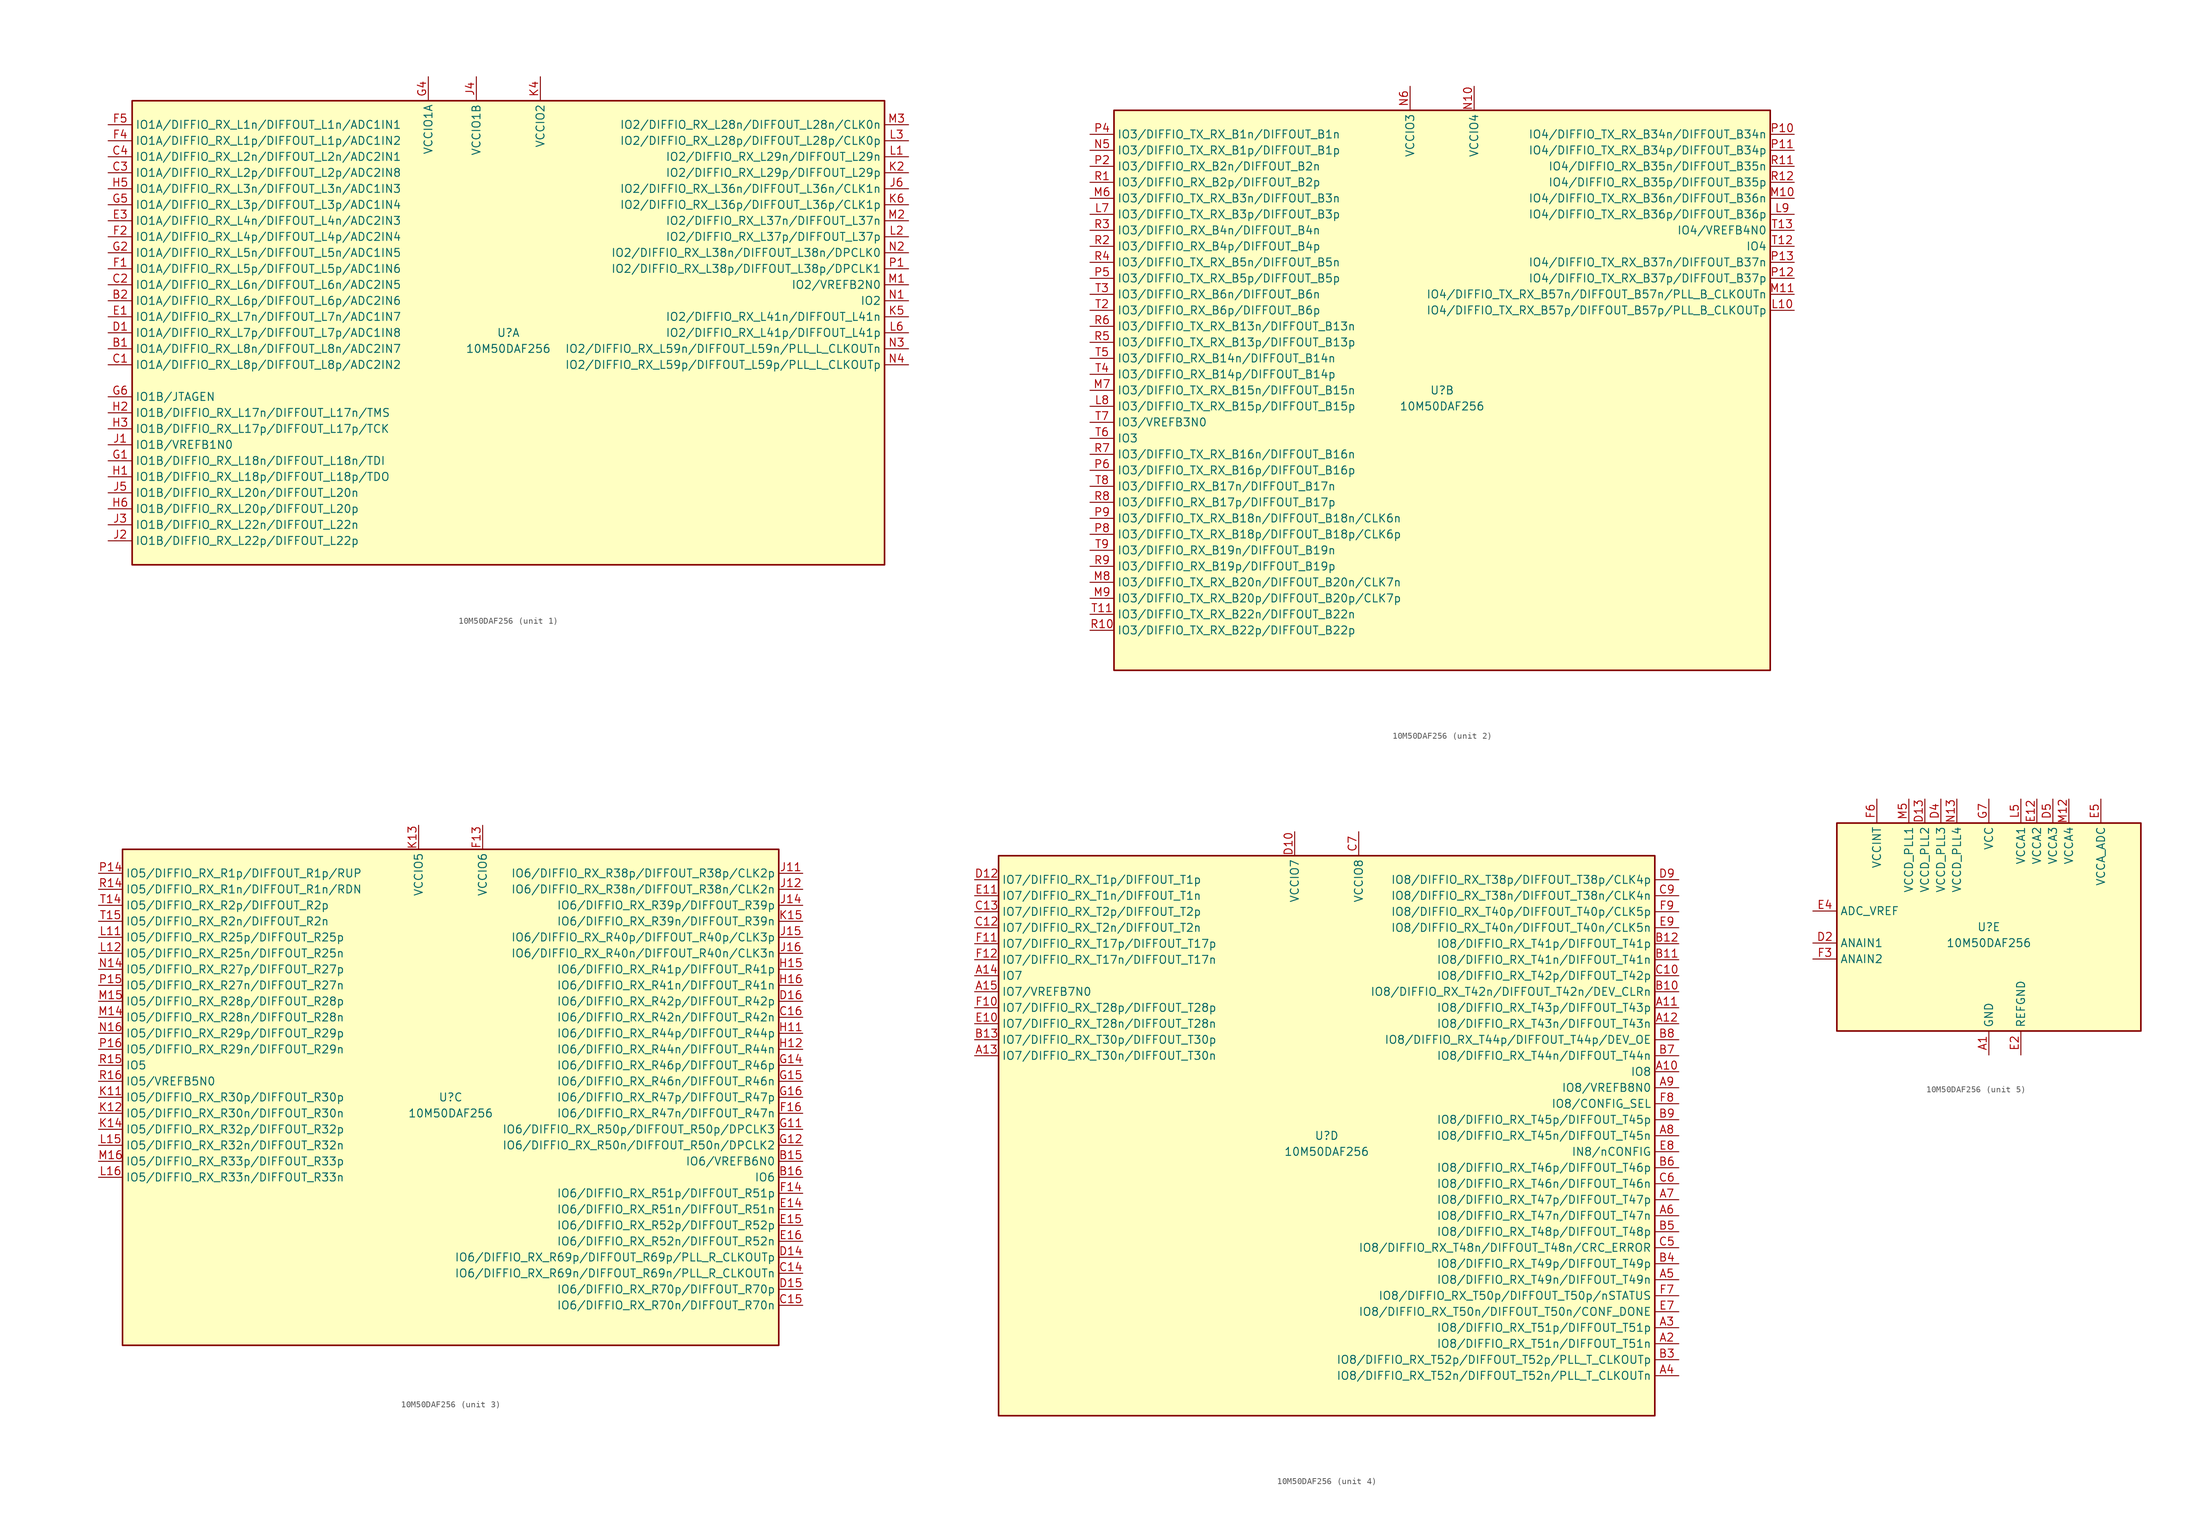
<source format=kicad_sym>
(kicad_symbol_lib
  (version 20220914)
  (generator kicad_symbol_editor)
  (symbol "10M50DAF256"
    (property "Reference" "U"
      (at 0 0 0)
      (effects (font (size 1.27 1.27))))
    (property "Value" "10M50DAF256"
      (at 0 -2.54 0)
      (effects (font (size 1.27 1.27))))
    (property "ki_locked" ""
      (at 0 0 0)
      (effects (font (size 1.27 1.27))))
    (symbol "10M50DAF256_1_1"
      (rectangle (start -59.69 36.83) (end 59.69 -36.83) (stroke (width 0.254) (type default)) (fill (type background)))
      (pin bidirectional line (at -63.5 -2.54 0) (length 3.81) (name "IO1A/DIFFIO_RX_L8n/DIFFOUT_L8n/ADC2IN7" (effects (font (size 1.27 1.27)))) (number "B1" (effects (font (size 1.27 1.27)))))
      (pin bidirectional line (at -63.5 5.08 0) (length 3.81) (name "IO1A/DIFFIO_RX_L6p/DIFFOUT_L6p/ADC2IN6" (effects (font (size 1.27 1.27)))) (number "B2" (effects (font (size 1.27 1.27)))))
      (pin bidirectional line (at -63.5 -5.08 0) (length 3.81) (name "IO1A/DIFFIO_RX_L8p/DIFFOUT_L8p/ADC2IN2" (effects (font (size 1.27 1.27)))) (number "C1" (effects (font (size 1.27 1.27)))))
      (pin bidirectional line (at -63.5 7.62 0) (length 3.81) (name "IO1A/DIFFIO_RX_L6n/DIFFOUT_L6n/ADC2IN5" (effects (font (size 1.27 1.27)))) (number "C2" (effects (font (size 1.27 1.27)))))
      (pin bidirectional line (at -63.5 25.4 0) (length 3.81) (name "IO1A/DIFFIO_RX_L2p/DIFFOUT_L2p/ADC2IN8" (effects (font (size 1.27 1.27)))) (number "C3" (effects (font (size 1.27 1.27)))))
      (pin bidirectional line (at -63.5 27.94 0) (length 3.81) (name "IO1A/DIFFIO_RX_L2n/DIFFOUT_L2n/ADC2IN1" (effects (font (size 1.27 1.27)))) (number "C4" (effects (font (size 1.27 1.27)))))
      (pin bidirectional line (at -63.5 0 0) (length 3.81) (name "IO1A/DIFFIO_RX_L7p/DIFFOUT_L7p/ADC1IN8" (effects (font (size 1.27 1.27)))) (number "D1" (effects (font (size 1.27 1.27)))))
      (pin bidirectional line (at -63.5 2.54 0) (length 3.81) (name "IO1A/DIFFIO_RX_L7n/DIFFOUT_L7n/ADC1IN7" (effects (font (size 1.27 1.27)))) (number "E1" (effects (font (size 1.27 1.27)))))
      (pin bidirectional line (at -63.5 17.78 0) (length 3.81) (name "IO1A/DIFFIO_RX_L4n/DIFFOUT_L4n/ADC2IN3" (effects (font (size 1.27 1.27)))) (number "E3" (effects (font (size 1.27 1.27)))))
      (pin bidirectional line (at -63.5 10.16 0) (length 3.81) (name "IO1A/DIFFIO_RX_L5p/DIFFOUT_L5p/ADC1IN6" (effects (font (size 1.27 1.27)))) (number "F1" (effects (font (size 1.27 1.27)))))
      (pin bidirectional line (at -63.5 15.24 0) (length 3.81) (name "IO1A/DIFFIO_RX_L4p/DIFFOUT_L4p/ADC2IN4" (effects (font (size 1.27 1.27)))) (number "F2" (effects (font (size 1.27 1.27)))))
      (pin bidirectional line (at -63.5 30.48 0) (length 3.81) (name "IO1A/DIFFIO_RX_L1p/DIFFOUT_L1p/ADC1IN2" (effects (font (size 1.27 1.27)))) (number "F4" (effects (font (size 1.27 1.27)))))
      (pin bidirectional line (at -63.5 33.02 0) (length 3.81) (name "IO1A/DIFFIO_RX_L1n/DIFFOUT_L1n/ADC1IN1" (effects (font (size 1.27 1.27)))) (number "F5" (effects (font (size 1.27 1.27)))))
      (pin bidirectional line (at -63.5 -20.32 0) (length 3.81) (name "IO1B/DIFFIO_RX_L18n/DIFFOUT_L18n/TDI" (effects (font (size 1.27 1.27)))) (number "G1" (effects (font (size 1.27 1.27)))))
      (pin bidirectional line (at -63.5 12.7 0) (length 3.81) (name "IO1A/DIFFIO_RX_L5n/DIFFOUT_L5n/ADC1IN5" (effects (font (size 1.27 1.27)))) (number "G2" (effects (font (size 1.27 1.27)))))
      (pin power_in line (at -12.7 40.64 270) (length 3.81) (name "VCCIO1A" (effects (font (size 1.27 1.27)))) (number "G4" (effects (font (size 1.27 1.27)))))
      (pin bidirectional line (at -63.5 20.32 0) (length 3.81) (name "IO1A/DIFFIO_RX_L3p/DIFFOUT_L3p/ADC1IN4" (effects (font (size 1.27 1.27)))) (number "G5" (effects (font (size 1.27 1.27)))))
      (pin bidirectional line (at -63.5 -10.16 0) (length 3.81) (name "IO1B/JTAGEN" (effects (font (size 1.27 1.27)))) (number "G6" (effects (font (size 1.27 1.27)))))
      (pin bidirectional line (at -63.5 -22.86 0) (length 3.81) (name "IO1B/DIFFIO_RX_L18p/DIFFOUT_L18p/TDO" (effects (font (size 1.27 1.27)))) (number "H1" (effects (font (size 1.27 1.27)))))
      (pin bidirectional line (at -63.5 -12.7 0) (length 3.81) (name "IO1B/DIFFIO_RX_L17n/DIFFOUT_L17n/TMS" (effects (font (size 1.27 1.27)))) (number "H2" (effects (font (size 1.27 1.27)))))
      (pin bidirectional line (at -63.5 -15.24 0) (length 3.81) (name "IO1B/DIFFIO_RX_L17p/DIFFOUT_L17p/TCK" (effects (font (size 1.27 1.27)))) (number "H3" (effects (font (size 1.27 1.27)))))
      (pin passive line (at -12.7 40.64 270) (length 3.81) hide (name "VCCIO1A" (effects (font (size 1.27 1.27)))) (number "H4" (effects (font (size 1.27 1.27)))))
      (pin bidirectional line (at -63.5 22.86 0) (length 3.81) (name "IO1A/DIFFIO_RX_L3n/DIFFOUT_L3n/ADC1IN3" (effects (font (size 1.27 1.27)))) (number "H5" (effects (font (size 1.27 1.27)))))
      (pin bidirectional line (at -63.5 -27.94 0) (length 3.81) (name "IO1B/DIFFIO_RX_L20p/DIFFOUT_L20p" (effects (font (size 1.27 1.27)))) (number "H6" (effects (font (size 1.27 1.27)))))
      (pin bidirectional line (at -63.5 -17.78 0) (length 3.81) (name "IO1B/VREFB1N0" (effects (font (size 1.27 1.27)))) (number "J1" (effects (font (size 1.27 1.27)))))
      (pin bidirectional line (at -63.5 -33.02 0) (length 3.81) (name "IO1B/DIFFIO_RX_L22p/DIFFOUT_L22p" (effects (font (size 1.27 1.27)))) (number "J2" (effects (font (size 1.27 1.27)))))
      (pin bidirectional line (at -63.5 -30.48 0) (length 3.81) (name "IO1B/DIFFIO_RX_L22n/DIFFOUT_L22n" (effects (font (size 1.27 1.27)))) (number "J3" (effects (font (size 1.27 1.27)))))
      (pin power_in line (at -5.08 40.64 270) (length 3.81) (name "VCCIO1B" (effects (font (size 1.27 1.27)))) (number "J4" (effects (font (size 1.27 1.27)))))
      (pin bidirectional line (at -63.5 -25.4 0) (length 3.81) (name "IO1B/DIFFIO_RX_L20n/DIFFOUT_L20n" (effects (font (size 1.27 1.27)))) (number "J5" (effects (font (size 1.27 1.27)))))
      (pin bidirectional line (at 63.5 22.86 180) (length 3.81) (name "IO2/DIFFIO_RX_L36n/DIFFOUT_L36n/CLK1n" (effects (font (size 1.27 1.27)))) (number "J6" (effects (font (size 1.27 1.27)))))
      (pin bidirectional line (at 63.5 25.4 180) (length 3.81) (name "IO2/DIFFIO_RX_L29p/DIFFOUT_L29p" (effects (font (size 1.27 1.27)))) (number "K2" (effects (font (size 1.27 1.27)))))
      (pin power_in line (at 5.08 40.64 270) (length 3.81) (name "VCCIO2" (effects (font (size 1.27 1.27)))) (number "K4" (effects (font (size 1.27 1.27)))))
      (pin bidirectional line (at 63.5 2.54 180) (length 3.81) (name "IO2/DIFFIO_RX_L41n/DIFFOUT_L41n" (effects (font (size 1.27 1.27)))) (number "K5" (effects (font (size 1.27 1.27)))))
      (pin bidirectional line (at 63.5 20.32 180) (length 3.81) (name "IO2/DIFFIO_RX_L36p/DIFFOUT_L36p/CLK1p" (effects (font (size 1.27 1.27)))) (number "K6" (effects (font (size 1.27 1.27)))))
      (pin bidirectional line (at 63.5 27.94 180) (length 3.81) (name "IO2/DIFFIO_RX_L29n/DIFFOUT_L29n" (effects (font (size 1.27 1.27)))) (number "L1" (effects (font (size 1.27 1.27)))))
      (pin bidirectional line (at 63.5 15.24 180) (length 3.81) (name "IO2/DIFFIO_RX_L37p/DIFFOUT_L37p" (effects (font (size 1.27 1.27)))) (number "L2" (effects (font (size 1.27 1.27)))))
      (pin bidirectional line (at 63.5 30.48 180) (length 3.81) (name "IO2/DIFFIO_RX_L28p/DIFFOUT_L28p/CLK0p" (effects (font (size 1.27 1.27)))) (number "L3" (effects (font (size 1.27 1.27)))))
      (pin passive line (at 5.08 40.64 270) (length 3.81) hide (name "VCCIO2" (effects (font (size 1.27 1.27)))) (number "L4" (effects (font (size 1.27 1.27)))))
      (pin bidirectional line (at 63.5 0 180) (length 3.81) (name "IO2/DIFFIO_RX_L41p/DIFFOUT_L41p" (effects (font (size 1.27 1.27)))) (number "L6" (effects (font (size 1.27 1.27)))))
      (pin bidirectional line (at 63.5 7.62 180) (length 3.81) (name "IO2/VREFB2N0" (effects (font (size 1.27 1.27)))) (number "M1" (effects (font (size 1.27 1.27)))))
      (pin bidirectional line (at 63.5 17.78 180) (length 3.81) (name "IO2/DIFFIO_RX_L37n/DIFFOUT_L37n" (effects (font (size 1.27 1.27)))) (number "M2" (effects (font (size 1.27 1.27)))))
      (pin bidirectional line (at 63.5 33.02 180) (length 3.81) (name "IO2/DIFFIO_RX_L28n/DIFFOUT_L28n/CLK0n" (effects (font (size 1.27 1.27)))) (number "M3" (effects (font (size 1.27 1.27)))))
      (pin bidirectional line (at 63.5 5.08 180) (length 3.81) (name "IO2" (effects (font (size 1.27 1.27)))) (number "N1" (effects (font (size 1.27 1.27)))))
      (pin bidirectional line (at 63.5 12.7 180) (length 3.81) (name "IO2/DIFFIO_RX_L38n/DIFFOUT_L38n/DPCLK0" (effects (font (size 1.27 1.27)))) (number "N2" (effects (font (size 1.27 1.27)))))
      (pin bidirectional line (at 63.5 -2.54 180) (length 3.81) (name "IO2/DIFFIO_RX_L59n/DIFFOUT_L59n/PLL_L_CLKOUTn" (effects (font (size 1.27 1.27)))) (number "N3" (effects (font (size 1.27 1.27)))))
      (pin bidirectional line (at 63.5 -5.08 180) (length 3.81) (name "IO2/DIFFIO_RX_L59p/DIFFOUT_L59p/PLL_L_CLKOUTp" (effects (font (size 1.27 1.27)))) (number "N4" (effects (font (size 1.27 1.27)))))
      (pin bidirectional line (at 63.5 10.16 180) (length 3.81) (name "IO2/DIFFIO_RX_L38p/DIFFOUT_L38p/DPCLK1" (effects (font (size 1.27 1.27)))) (number "P1" (effects (font (size 1.27 1.27))))))
    (symbol "10M50DAF256_2_1"
      (rectangle (start -52.07 44.45) (end 52.07 -44.45) (stroke (width 0.254) (type default)) (fill (type background)))
      (pin bidirectional line (at 55.88 12.7 180) (length 3.81) (name "IO4/DIFFIO_TX_RX_B57p/DIFFOUT_B57p/PLL_B_CLKOUTp" (effects (font (size 1.27 1.27)))) (number "L10" (effects (font (size 1.27 1.27)))))
      (pin bidirectional line (at -55.88 27.94 0) (length 3.81) (name "IO3/DIFFIO_TX_RX_B3p/DIFFOUT_B3p" (effects (font (size 1.27 1.27)))) (number "L7" (effects (font (size 1.27 1.27)))))
      (pin bidirectional line (at -55.88 -2.54 0) (length 3.81) (name "IO3/DIFFIO_TX_RX_B15p/DIFFOUT_B15p" (effects (font (size 1.27 1.27)))) (number "L8" (effects (font (size 1.27 1.27)))))
      (pin bidirectional line (at 55.88 27.94 180) (length 3.81) (name "IO4/DIFFIO_TX_RX_B36p/DIFFOUT_B36p" (effects (font (size 1.27 1.27)))) (number "L9" (effects (font (size 1.27 1.27)))))
      (pin bidirectional line (at 55.88 30.48 180) (length 3.81) (name "IO4/DIFFIO_TX_RX_B36n/DIFFOUT_B36n" (effects (font (size 1.27 1.27)))) (number "M10" (effects (font (size 1.27 1.27)))))
      (pin bidirectional line (at 55.88 15.24 180) (length 3.81) (name "IO4/DIFFIO_TX_RX_B57n/DIFFOUT_B57n/PLL_B_CLKOUTn" (effects (font (size 1.27 1.27)))) (number "M11" (effects (font (size 1.27 1.27)))))
      (pin bidirectional line (at -55.88 30.48 0) (length 3.81) (name "IO3/DIFFIO_TX_RX_B3n/DIFFOUT_B3n" (effects (font (size 1.27 1.27)))) (number "M6" (effects (font (size 1.27 1.27)))))
      (pin bidirectional line (at -55.88 0 0) (length 3.81) (name "IO3/DIFFIO_TX_RX_B15n/DIFFOUT_B15n" (effects (font (size 1.27 1.27)))) (number "M7" (effects (font (size 1.27 1.27)))))
      (pin bidirectional line (at -55.88 -30.48 0) (length 3.81) (name "IO3/DIFFIO_TX_RX_B20n/DIFFOUT_B20n/CLK7n" (effects (font (size 1.27 1.27)))) (number "M8" (effects (font (size 1.27 1.27)))))
      (pin bidirectional line (at -55.88 -33.02 0) (length 3.81) (name "IO3/DIFFIO_TX_RX_B20p/DIFFOUT_B20p/CLK7p" (effects (font (size 1.27 1.27)))) (number "M9" (effects (font (size 1.27 1.27)))))
      (pin power_in line (at 5.08 48.26 270) (length 3.81) (name "VCCIO4" (effects (font (size 1.27 1.27)))) (number "N10" (effects (font (size 1.27 1.27)))))
      (pin passive line (at 5.08 48.26 270) (length 3.81) hide (name "VCCIO4" (effects (font (size 1.27 1.27)))) (number "N11" (effects (font (size 1.27 1.27)))))
      (pin bidirectional line (at -55.88 38.1 0) (length 3.81) (name "IO3/DIFFIO_TX_RX_B1p/DIFFOUT_B1p" (effects (font (size 1.27 1.27)))) (number "N5" (effects (font (size 1.27 1.27)))))
      (pin power_in line (at -5.08 48.26 270) (length 3.81) (name "VCCIO3" (effects (font (size 1.27 1.27)))) (number "N6" (effects (font (size 1.27 1.27)))))
      (pin passive line (at -5.08 48.26 270) (length 3.81) hide (name "VCCIO3" (effects (font (size 1.27 1.27)))) (number "N7" (effects (font (size 1.27 1.27)))))
      (pin passive line (at -5.08 48.26 270) (length 3.81) hide (name "VCCIO3" (effects (font (size 1.27 1.27)))) (number "N8" (effects (font (size 1.27 1.27)))))
      (pin bidirectional line (at 55.88 40.64 180) (length 3.81) (name "IO4/DIFFIO_TX_RX_B34n/DIFFOUT_B34n" (effects (font (size 1.27 1.27)))) (number "P10" (effects (font (size 1.27 1.27)))))
      (pin bidirectional line (at 55.88 38.1 180) (length 3.81) (name "IO4/DIFFIO_TX_RX_B34p/DIFFOUT_B34p" (effects (font (size 1.27 1.27)))) (number "P11" (effects (font (size 1.27 1.27)))))
      (pin bidirectional line (at 55.88 17.78 180) (length 3.81) (name "IO4/DIFFIO_TX_RX_B37p/DIFFOUT_B37p" (effects (font (size 1.27 1.27)))) (number "P12" (effects (font (size 1.27 1.27)))))
      (pin bidirectional line (at 55.88 20.32 180) (length 3.81) (name "IO4/DIFFIO_TX_RX_B37n/DIFFOUT_B37n" (effects (font (size 1.27 1.27)))) (number "P13" (effects (font (size 1.27 1.27)))))
      (pin bidirectional line (at -55.88 35.56 0) (length 3.81) (name "IO3/DIFFIO_RX_B2n/DIFFOUT_B2n" (effects (font (size 1.27 1.27)))) (number "P2" (effects (font (size 1.27 1.27)))))
      (pin bidirectional line (at -55.88 40.64 0) (length 3.81) (name "IO3/DIFFIO_TX_RX_B1n/DIFFOUT_B1n" (effects (font (size 1.27 1.27)))) (number "P4" (effects (font (size 1.27 1.27)))))
      (pin bidirectional line (at -55.88 17.78 0) (length 3.81) (name "IO3/DIFFIO_TX_RX_B5p/DIFFOUT_B5p" (effects (font (size 1.27 1.27)))) (number "P5" (effects (font (size 1.27 1.27)))))
      (pin bidirectional line (at -55.88 -12.7 0) (length 3.81) (name "IO3/DIFFIO_TX_RX_B16p/DIFFOUT_B16p" (effects (font (size 1.27 1.27)))) (number "P6" (effects (font (size 1.27 1.27)))))
      (pin bidirectional line (at -55.88 -22.86 0) (length 3.81) (name "IO3/DIFFIO_TX_RX_B18p/DIFFOUT_B18p/CLK6p" (effects (font (size 1.27 1.27)))) (number "P8" (effects (font (size 1.27 1.27)))))
      (pin bidirectional line (at -55.88 -20.32 0) (length 3.81) (name "IO3/DIFFIO_TX_RX_B18n/DIFFOUT_B18n/CLK6n" (effects (font (size 1.27 1.27)))) (number "P9" (effects (font (size 1.27 1.27)))))
      (pin bidirectional line (at -55.88 33.02 0) (length 3.81) (name "IO3/DIFFIO_RX_B2p/DIFFOUT_B2p" (effects (font (size 1.27 1.27)))) (number "R1" (effects (font (size 1.27 1.27)))))
      (pin bidirectional line (at -55.88 -38.1 0) (length 3.81) (name "IO3/DIFFIO_TX_RX_B22p/DIFFOUT_B22p" (effects (font (size 1.27 1.27)))) (number "R10" (effects (font (size 1.27 1.27)))))
      (pin bidirectional line (at 55.88 35.56 180) (length 3.81) (name "IO4/DIFFIO_RX_B35n/DIFFOUT_B35n" (effects (font (size 1.27 1.27)))) (number "R11" (effects (font (size 1.27 1.27)))))
      (pin bidirectional line (at 55.88 33.02 180) (length 3.81) (name "IO4/DIFFIO_RX_B35p/DIFFOUT_B35p" (effects (font (size 1.27 1.27)))) (number "R12" (effects (font (size 1.27 1.27)))))
      (pin bidirectional line (at -55.88 22.86 0) (length 3.81) (name "IO3/DIFFIO_RX_B4p/DIFFOUT_B4p" (effects (font (size 1.27 1.27)))) (number "R2" (effects (font (size 1.27 1.27)))))
      (pin bidirectional line (at -55.88 25.4 0) (length 3.81) (name "IO3/DIFFIO_RX_B4n/DIFFOUT_B4n" (effects (font (size 1.27 1.27)))) (number "R3" (effects (font (size 1.27 1.27)))))
      (pin bidirectional line (at -55.88 20.32 0) (length 3.81) (name "IO3/DIFFIO_TX_RX_B5n/DIFFOUT_B5n" (effects (font (size 1.27 1.27)))) (number "R4" (effects (font (size 1.27 1.27)))))
      (pin bidirectional line (at -55.88 7.62 0) (length 3.81) (name "IO3/DIFFIO_TX_RX_B13p/DIFFOUT_B13p" (effects (font (size 1.27 1.27)))) (number "R5" (effects (font (size 1.27 1.27)))))
      (pin bidirectional line (at -55.88 10.16 0) (length 3.81) (name "IO3/DIFFIO_TX_RX_B13n/DIFFOUT_B13n" (effects (font (size 1.27 1.27)))) (number "R6" (effects (font (size 1.27 1.27)))))
      (pin bidirectional line (at -55.88 -10.16 0) (length 3.81) (name "IO3/DIFFIO_TX_RX_B16n/DIFFOUT_B16n" (effects (font (size 1.27 1.27)))) (number "R7" (effects (font (size 1.27 1.27)))))
      (pin bidirectional line (at -55.88 -17.78 0) (length 3.81) (name "IO3/DIFFIO_RX_B17p/DIFFOUT_B17p" (effects (font (size 1.27 1.27)))) (number "R8" (effects (font (size 1.27 1.27)))))
      (pin bidirectional line (at -55.88 -27.94 0) (length 3.81) (name "IO3/DIFFIO_RX_B19p/DIFFOUT_B19p" (effects (font (size 1.27 1.27)))) (number "R9" (effects (font (size 1.27 1.27)))))
      (pin bidirectional line (at -55.88 -35.56 0) (length 3.81) (name "IO3/DIFFIO_TX_RX_B22n/DIFFOUT_B22n" (effects (font (size 1.27 1.27)))) (number "T11" (effects (font (size 1.27 1.27)))))
      (pin bidirectional line (at 55.88 22.86 180) (length 3.81) (name "IO4" (effects (font (size 1.27 1.27)))) (number "T12" (effects (font (size 1.27 1.27)))))
      (pin bidirectional line (at 55.88 25.4 180) (length 3.81) (name "IO4/VREFB4N0" (effects (font (size 1.27 1.27)))) (number "T13" (effects (font (size 1.27 1.27)))))
      (pin bidirectional line (at -55.88 12.7 0) (length 3.81) (name "IO3/DIFFIO_RX_B6p/DIFFOUT_B6p" (effects (font (size 1.27 1.27)))) (number "T2" (effects (font (size 1.27 1.27)))))
      (pin bidirectional line (at -55.88 15.24 0) (length 3.81) (name "IO3/DIFFIO_RX_B6n/DIFFOUT_B6n" (effects (font (size 1.27 1.27)))) (number "T3" (effects (font (size 1.27 1.27)))))
      (pin bidirectional line (at -55.88 2.54 0) (length 3.81) (name "IO3/DIFFIO_RX_B14p/DIFFOUT_B14p" (effects (font (size 1.27 1.27)))) (number "T4" (effects (font (size 1.27 1.27)))))
      (pin bidirectional line (at -55.88 5.08 0) (length 3.81) (name "IO3/DIFFIO_RX_B14n/DIFFOUT_B14n" (effects (font (size 1.27 1.27)))) (number "T5" (effects (font (size 1.27 1.27)))))
      (pin bidirectional line (at -55.88 -7.62 0) (length 3.81) (name "IO3" (effects (font (size 1.27 1.27)))) (number "T6" (effects (font (size 1.27 1.27)))))
      (pin bidirectional line (at -55.88 -5.08 0) (length 3.81) (name "IO3/VREFB3N0" (effects (font (size 1.27 1.27)))) (number "T7" (effects (font (size 1.27 1.27)))))
      (pin bidirectional line (at -55.88 -15.24 0) (length 3.81) (name "IO3/DIFFIO_RX_B17n/DIFFOUT_B17n" (effects (font (size 1.27 1.27)))) (number "T8" (effects (font (size 1.27 1.27)))))
      (pin bidirectional line (at -55.88 -25.4 0) (length 3.81) (name "IO3/DIFFIO_RX_B19n/DIFFOUT_B19n" (effects (font (size 1.27 1.27)))) (number "T9" (effects (font (size 1.27 1.27))))))
    (symbol "10M50DAF256_3_1"
      (rectangle (start -52.07 39.37) (end 52.07 -39.37) (stroke (width 0.254) (type default)) (fill (type background)))
      (pin bidirectional line (at 55.88 -10.16 180) (length 3.81) (name "IO6/VREFB6N0" (effects (font (size 1.27 1.27)))) (number "B15" (effects (font (size 1.27 1.27)))))
      (pin bidirectional line (at 55.88 -12.7 180) (length 3.81) (name "IO6" (effects (font (size 1.27 1.27)))) (number "B16" (effects (font (size 1.27 1.27)))))
      (pin bidirectional line (at 55.88 -27.94 180) (length 3.81) (name "IO6/DIFFIO_RX_R69n/DIFFOUT_R69n/PLL_R_CLKOUTn" (effects (font (size 1.27 1.27)))) (number "C14" (effects (font (size 1.27 1.27)))))
      (pin bidirectional line (at 55.88 -33.02 180) (length 3.81) (name "IO6/DIFFIO_RX_R70n/DIFFOUT_R70n" (effects (font (size 1.27 1.27)))) (number "C15" (effects (font (size 1.27 1.27)))))
      (pin bidirectional line (at 55.88 12.7 180) (length 3.81) (name "IO6/DIFFIO_RX_R42n/DIFFOUT_R42n" (effects (font (size 1.27 1.27)))) (number "C16" (effects (font (size 1.27 1.27)))))
      (pin bidirectional line (at 55.88 -25.4 180) (length 3.81) (name "IO6/DIFFIO_RX_R69p/DIFFOUT_R69p/PLL_R_CLKOUTp" (effects (font (size 1.27 1.27)))) (number "D14" (effects (font (size 1.27 1.27)))))
      (pin bidirectional line (at 55.88 -30.48 180) (length 3.81) (name "IO6/DIFFIO_RX_R70p/DIFFOUT_R70p" (effects (font (size 1.27 1.27)))) (number "D15" (effects (font (size 1.27 1.27)))))
      (pin bidirectional line (at 55.88 15.24 180) (length 3.81) (name "IO6/DIFFIO_RX_R42p/DIFFOUT_R42p" (effects (font (size 1.27 1.27)))) (number "D16" (effects (font (size 1.27 1.27)))))
      (pin bidirectional line (at 55.88 -17.78 180) (length 3.81) (name "IO6/DIFFIO_RX_R51n/DIFFOUT_R51n" (effects (font (size 1.27 1.27)))) (number "E14" (effects (font (size 1.27 1.27)))))
      (pin bidirectional line (at 55.88 -20.32 180) (length 3.81) (name "IO6/DIFFIO_RX_R52p/DIFFOUT_R52p" (effects (font (size 1.27 1.27)))) (number "E15" (effects (font (size 1.27 1.27)))))
      (pin bidirectional line (at 55.88 -22.86 180) (length 3.81) (name "IO6/DIFFIO_RX_R52n/DIFFOUT_R52n" (effects (font (size 1.27 1.27)))) (number "E16" (effects (font (size 1.27 1.27)))))
      (pin power_in line (at 5.08 43.18 270) (length 3.81) (name "VCCIO6" (effects (font (size 1.27 1.27)))) (number "F13" (effects (font (size 1.27 1.27)))))
      (pin bidirectional line (at 55.88 -15.24 180) (length 3.81) (name "IO6/DIFFIO_RX_R51p/DIFFOUT_R51p" (effects (font (size 1.27 1.27)))) (number "F14" (effects (font (size 1.27 1.27)))))
      (pin bidirectional line (at 55.88 -2.54 180) (length 3.81) (name "IO6/DIFFIO_RX_R47n/DIFFOUT_R47n" (effects (font (size 1.27 1.27)))) (number "F16" (effects (font (size 1.27 1.27)))))
      (pin bidirectional line (at 55.88 -5.08 180) (length 3.81) (name "IO6/DIFFIO_RX_R50p/DIFFOUT_R50p/DPCLK3" (effects (font (size 1.27 1.27)))) (number "G11" (effects (font (size 1.27 1.27)))))
      (pin bidirectional line (at 55.88 -7.62 180) (length 3.81) (name "IO6/DIFFIO_RX_R50n/DIFFOUT_R50n/DPCLK2" (effects (font (size 1.27 1.27)))) (number "G12" (effects (font (size 1.27 1.27)))))
      (pin passive line (at 5.08 43.18 270) (length 3.81) hide (name "VCCIO6" (effects (font (size 1.27 1.27)))) (number "G13" (effects (font (size 1.27 1.27)))))
      (pin bidirectional line (at 55.88 5.08 180) (length 3.81) (name "IO6/DIFFIO_RX_R46p/DIFFOUT_R46p" (effects (font (size 1.27 1.27)))) (number "G14" (effects (font (size 1.27 1.27)))))
      (pin bidirectional line (at 55.88 2.54 180) (length 3.81) (name "IO6/DIFFIO_RX_R46n/DIFFOUT_R46n" (effects (font (size 1.27 1.27)))) (number "G15" (effects (font (size 1.27 1.27)))))
      (pin bidirectional line (at 55.88 0 180) (length 3.81) (name "IO6/DIFFIO_RX_R47p/DIFFOUT_R47p" (effects (font (size 1.27 1.27)))) (number "G16" (effects (font (size 1.27 1.27)))))
      (pin bidirectional line (at 55.88 10.16 180) (length 3.81) (name "IO6/DIFFIO_RX_R44p/DIFFOUT_R44p" (effects (font (size 1.27 1.27)))) (number "H11" (effects (font (size 1.27 1.27)))))
      (pin bidirectional line (at 55.88 7.62 180) (length 3.81) (name "IO6/DIFFIO_RX_R44n/DIFFOUT_R44n" (effects (font (size 1.27 1.27)))) (number "H12" (effects (font (size 1.27 1.27)))))
      (pin passive line (at 5.08 43.18 270) (length 3.81) hide (name "VCCIO6" (effects (font (size 1.27 1.27)))) (number "H13" (effects (font (size 1.27 1.27)))))
      (pin bidirectional line (at 55.88 20.32 180) (length 3.81) (name "IO6/DIFFIO_RX_R41p/DIFFOUT_R41p" (effects (font (size 1.27 1.27)))) (number "H15" (effects (font (size 1.27 1.27)))))
      (pin bidirectional line (at 55.88 17.78 180) (length 3.81) (name "IO6/DIFFIO_RX_R41n/DIFFOUT_R41n" (effects (font (size 1.27 1.27)))) (number "H16" (effects (font (size 1.27 1.27)))))
      (pin bidirectional line (at 55.88 35.56 180) (length 3.81) (name "IO6/DIFFIO_RX_R38p/DIFFOUT_R38p/CLK2p" (effects (font (size 1.27 1.27)))) (number "J11" (effects (font (size 1.27 1.27)))))
      (pin bidirectional line (at 55.88 33.02 180) (length 3.81) (name "IO6/DIFFIO_RX_R38n/DIFFOUT_R38n/CLK2n" (effects (font (size 1.27 1.27)))) (number "J12" (effects (font (size 1.27 1.27)))))
      (pin passive line (at 5.08 43.18 270) (length 3.81) hide (name "VCCIO6" (effects (font (size 1.27 1.27)))) (number "J13" (effects (font (size 1.27 1.27)))))
      (pin bidirectional line (at 55.88 30.48 180) (length 3.81) (name "IO6/DIFFIO_RX_R39p/DIFFOUT_R39p" (effects (font (size 1.27 1.27)))) (number "J14" (effects (font (size 1.27 1.27)))))
      (pin bidirectional line (at 55.88 25.4 180) (length 3.81) (name "IO6/DIFFIO_RX_R40p/DIFFOUT_R40p/CLK3p" (effects (font (size 1.27 1.27)))) (number "J15" (effects (font (size 1.27 1.27)))))
      (pin bidirectional line (at 55.88 22.86 180) (length 3.81) (name "IO6/DIFFIO_RX_R40n/DIFFOUT_R40n/CLK3n" (effects (font (size 1.27 1.27)))) (number "J16" (effects (font (size 1.27 1.27)))))
      (pin bidirectional line (at -55.88 0 0) (length 3.81) (name "IO5/DIFFIO_RX_R30p/DIFFOUT_R30p" (effects (font (size 1.27 1.27)))) (number "K11" (effects (font (size 1.27 1.27)))))
      (pin bidirectional line (at -55.88 -2.54 0) (length 3.81) (name "IO5/DIFFIO_RX_R30n/DIFFOUT_R30n" (effects (font (size 1.27 1.27)))) (number "K12" (effects (font (size 1.27 1.27)))))
      (pin power_in line (at -5.08 43.18 270) (length 3.81) (name "VCCIO5" (effects (font (size 1.27 1.27)))) (number "K13" (effects (font (size 1.27 1.27)))))
      (pin bidirectional line (at -55.88 -5.08 0) (length 3.81) (name "IO5/DIFFIO_RX_R32p/DIFFOUT_R32p" (effects (font (size 1.27 1.27)))) (number "K14" (effects (font (size 1.27 1.27)))))
      (pin bidirectional line (at 55.88 27.94 180) (length 3.81) (name "IO6/DIFFIO_RX_R39n/DIFFOUT_R39n" (effects (font (size 1.27 1.27)))) (number "K15" (effects (font (size 1.27 1.27)))))
      (pin bidirectional line (at -55.88 25.4 0) (length 3.81) (name "IO5/DIFFIO_RX_R25p/DIFFOUT_R25p" (effects (font (size 1.27 1.27)))) (number "L11" (effects (font (size 1.27 1.27)))))
      (pin bidirectional line (at -55.88 22.86 0) (length 3.81) (name "IO5/DIFFIO_RX_R25n/DIFFOUT_R25n" (effects (font (size 1.27 1.27)))) (number "L12" (effects (font (size 1.27 1.27)))))
      (pin passive line (at -5.08 43.18 270) (length 3.81) hide (name "VCCIO5" (effects (font (size 1.27 1.27)))) (number "L13" (effects (font (size 1.27 1.27)))))
      (pin bidirectional line (at -55.88 -7.62 0) (length 3.81) (name "IO5/DIFFIO_RX_R32n/DIFFOUT_R32n" (effects (font (size 1.27 1.27)))) (number "L15" (effects (font (size 1.27 1.27)))))
      (pin bidirectional line (at -55.88 -12.7 0) (length 3.81) (name "IO5/DIFFIO_RX_R33n/DIFFOUT_R33n" (effects (font (size 1.27 1.27)))) (number "L16" (effects (font (size 1.27 1.27)))))
      (pin passive line (at -5.08 43.18 270) (length 3.81) hide (name "VCCIO5" (effects (font (size 1.27 1.27)))) (number "M13" (effects (font (size 1.27 1.27)))))
      (pin bidirectional line (at -55.88 12.7 0) (length 3.81) (name "IO5/DIFFIO_RX_R28n/DIFFOUT_R28n" (effects (font (size 1.27 1.27)))) (number "M14" (effects (font (size 1.27 1.27)))))
      (pin bidirectional line (at -55.88 15.24 0) (length 3.81) (name "IO5/DIFFIO_RX_R28p/DIFFOUT_R28p" (effects (font (size 1.27 1.27)))) (number "M15" (effects (font (size 1.27 1.27)))))
      (pin bidirectional line (at -55.88 -10.16 0) (length 3.81) (name "IO5/DIFFIO_RX_R33p/DIFFOUT_R33p" (effects (font (size 1.27 1.27)))) (number "M16" (effects (font (size 1.27 1.27)))))
      (pin bidirectional line (at -55.88 20.32 0) (length 3.81) (name "IO5/DIFFIO_RX_R27p/DIFFOUT_R27p" (effects (font (size 1.27 1.27)))) (number "N14" (effects (font (size 1.27 1.27)))))
      (pin bidirectional line (at -55.88 10.16 0) (length 3.81) (name "IO5/DIFFIO_RX_R29p/DIFFOUT_R29p" (effects (font (size 1.27 1.27)))) (number "N16" (effects (font (size 1.27 1.27)))))
      (pin bidirectional line (at -55.88 35.56 0) (length 3.81) (name "IO5/DIFFIO_RX_R1p/DIFFOUT_R1p/RUP" (effects (font (size 1.27 1.27)))) (number "P14" (effects (font (size 1.27 1.27)))))
      (pin bidirectional line (at -55.88 17.78 0) (length 3.81) (name "IO5/DIFFIO_RX_R27n/DIFFOUT_R27n" (effects (font (size 1.27 1.27)))) (number "P15" (effects (font (size 1.27 1.27)))))
      (pin bidirectional line (at -55.88 7.62 0) (length 3.81) (name "IO5/DIFFIO_RX_R29n/DIFFOUT_R29n" (effects (font (size 1.27 1.27)))) (number "P16" (effects (font (size 1.27 1.27)))))
      (pin bidirectional line (at -55.88 33.02 0) (length 3.81) (name "IO5/DIFFIO_RX_R1n/DIFFOUT_R1n/RDN" (effects (font (size 1.27 1.27)))) (number "R14" (effects (font (size 1.27 1.27)))))
      (pin bidirectional line (at -55.88 5.08 0) (length 3.81) (name "IO5" (effects (font (size 1.27 1.27)))) (number "R15" (effects (font (size 1.27 1.27)))))
      (pin bidirectional line (at -55.88 2.54 0) (length 3.81) (name "IO5/VREFB5N0" (effects (font (size 1.27 1.27)))) (number "R16" (effects (font (size 1.27 1.27)))))
      (pin bidirectional line (at -55.88 30.48 0) (length 3.81) (name "IO5/DIFFIO_RX_R2p/DIFFOUT_R2p" (effects (font (size 1.27 1.27)))) (number "T14" (effects (font (size 1.27 1.27)))))
      (pin bidirectional line (at -55.88 27.94 0) (length 3.81) (name "IO5/DIFFIO_RX_R2n/DIFFOUT_R2n" (effects (font (size 1.27 1.27)))) (number "T15" (effects (font (size 1.27 1.27))))))
    (symbol "10M50DAF256_4_1"
      (rectangle (start -52.07 44.45) (end 52.07 -44.45) (stroke (width 0.254) (type default)) (fill (type background)))
      (pin bidirectional line (at 55.88 10.16 180) (length 3.81) (name "IO8" (effects (font (size 1.27 1.27)))) (number "A10" (effects (font (size 1.27 1.27)))))
      (pin bidirectional line (at 55.88 20.32 180) (length 3.81) (name "IO8/DIFFIO_RX_T43p/DIFFOUT_T43p" (effects (font (size 1.27 1.27)))) (number "A11" (effects (font (size 1.27 1.27)))))
      (pin bidirectional line (at 55.88 17.78 180) (length 3.81) (name "IO8/DIFFIO_RX_T43n/DIFFOUT_T43n" (effects (font (size 1.27 1.27)))) (number "A12" (effects (font (size 1.27 1.27)))))
      (pin bidirectional line (at -55.88 12.7 0) (length 3.81) (name "IO7/DIFFIO_RX_T30n/DIFFOUT_T30n" (effects (font (size 1.27 1.27)))) (number "A13" (effects (font (size 1.27 1.27)))))
      (pin bidirectional line (at -55.88 25.4 0) (length 3.81) (name "IO7" (effects (font (size 1.27 1.27)))) (number "A14" (effects (font (size 1.27 1.27)))))
      (pin bidirectional line (at -55.88 22.86 0) (length 3.81) (name "IO7/VREFB7N0" (effects (font (size 1.27 1.27)))) (number "A15" (effects (font (size 1.27 1.27)))))
      (pin bidirectional line (at 55.88 -33.02 180) (length 3.81) (name "IO8/DIFFIO_RX_T51n/DIFFOUT_T51n" (effects (font (size 1.27 1.27)))) (number "A2" (effects (font (size 1.27 1.27)))))
      (pin bidirectional line (at 55.88 -30.48 180) (length 3.81) (name "IO8/DIFFIO_RX_T51p/DIFFOUT_T51p" (effects (font (size 1.27 1.27)))) (number "A3" (effects (font (size 1.27 1.27)))))
      (pin bidirectional line (at 55.88 -38.1 180) (length 3.81) (name "IO8/DIFFIO_RX_T52n/DIFFOUT_T52n/PLL_T_CLKOUTn" (effects (font (size 1.27 1.27)))) (number "A4" (effects (font (size 1.27 1.27)))))
      (pin bidirectional line (at 55.88 -22.86 180) (length 3.81) (name "IO8/DIFFIO_RX_T49n/DIFFOUT_T49n" (effects (font (size 1.27 1.27)))) (number "A5" (effects (font (size 1.27 1.27)))))
      (pin bidirectional line (at 55.88 -12.7 180) (length 3.81) (name "IO8/DIFFIO_RX_T47n/DIFFOUT_T47n" (effects (font (size 1.27 1.27)))) (number "A6" (effects (font (size 1.27 1.27)))))
      (pin bidirectional line (at 55.88 -10.16 180) (length 3.81) (name "IO8/DIFFIO_RX_T47p/DIFFOUT_T47p" (effects (font (size 1.27 1.27)))) (number "A7" (effects (font (size 1.27 1.27)))))
      (pin bidirectional line (at 55.88 0 180) (length 3.81) (name "IO8/DIFFIO_RX_T45n/DIFFOUT_T45n" (effects (font (size 1.27 1.27)))) (number "A8" (effects (font (size 1.27 1.27)))))
      (pin bidirectional line (at 55.88 7.62 180) (length 3.81) (name "IO8/VREFB8N0" (effects (font (size 1.27 1.27)))) (number "A9" (effects (font (size 1.27 1.27)))))
      (pin bidirectional line (at 55.88 22.86 180) (length 3.81) (name "IO8/DIFFIO_RX_T42n/DIFFOUT_T42n/DEV_CLRn" (effects (font (size 1.27 1.27)))) (number "B10" (effects (font (size 1.27 1.27)))))
      (pin bidirectional line (at 55.88 27.94 180) (length 3.81) (name "IO8/DIFFIO_RX_T41n/DIFFOUT_T41n" (effects (font (size 1.27 1.27)))) (number "B11" (effects (font (size 1.27 1.27)))))
      (pin bidirectional line (at 55.88 30.48 180) (length 3.81) (name "IO8/DIFFIO_RX_T41p/DIFFOUT_T41p" (effects (font (size 1.27 1.27)))) (number "B12" (effects (font (size 1.27 1.27)))))
      (pin bidirectional line (at -55.88 15.24 0) (length 3.81) (name "IO7/DIFFIO_RX_T30p/DIFFOUT_T30p" (effects (font (size 1.27 1.27)))) (number "B13" (effects (font (size 1.27 1.27)))))
      (pin bidirectional line (at 55.88 -35.56 180) (length 3.81) (name "IO8/DIFFIO_RX_T52p/DIFFOUT_T52p/PLL_T_CLKOUTp" (effects (font (size 1.27 1.27)))) (number "B3" (effects (font (size 1.27 1.27)))))
      (pin bidirectional line (at 55.88 -20.32 180) (length 3.81) (name "IO8/DIFFIO_RX_T49p/DIFFOUT_T49p" (effects (font (size 1.27 1.27)))) (number "B4" (effects (font (size 1.27 1.27)))))
      (pin bidirectional line (at 55.88 -15.24 180) (length 3.81) (name "IO8/DIFFIO_RX_T48p/DIFFOUT_T48p" (effects (font (size 1.27 1.27)))) (number "B5" (effects (font (size 1.27 1.27)))))
      (pin bidirectional line (at 55.88 -5.08 180) (length 3.81) (name "IO8/DIFFIO_RX_T46p/DIFFOUT_T46p" (effects (font (size 1.27 1.27)))) (number "B6" (effects (font (size 1.27 1.27)))))
      (pin bidirectional line (at 55.88 12.7 180) (length 3.81) (name "IO8/DIFFIO_RX_T44n/DIFFOUT_T44n" (effects (font (size 1.27 1.27)))) (number "B7" (effects (font (size 1.27 1.27)))))
      (pin bidirectional line (at 55.88 15.24 180) (length 3.81) (name "IO8/DIFFIO_RX_T44p/DIFFOUT_T44p/DEV_OE" (effects (font (size 1.27 1.27)))) (number "B8" (effects (font (size 1.27 1.27)))))
      (pin bidirectional line (at 55.88 2.54 180) (length 3.81) (name "IO8/DIFFIO_RX_T45p/DIFFOUT_T45p" (effects (font (size 1.27 1.27)))) (number "B9" (effects (font (size 1.27 1.27)))))
      (pin bidirectional line (at 55.88 25.4 180) (length 3.81) (name "IO8/DIFFIO_RX_T42p/DIFFOUT_T42p" (effects (font (size 1.27 1.27)))) (number "C10" (effects (font (size 1.27 1.27)))))
      (pin bidirectional line (at -55.88 33.02 0) (length 3.81) (name "IO7/DIFFIO_RX_T2n/DIFFOUT_T2n" (effects (font (size 1.27 1.27)))) (number "C12" (effects (font (size 1.27 1.27)))))
      (pin bidirectional line (at -55.88 35.56 0) (length 3.81) (name "IO7/DIFFIO_RX_T2p/DIFFOUT_T2p" (effects (font (size 1.27 1.27)))) (number "C13" (effects (font (size 1.27 1.27)))))
      (pin bidirectional line (at 55.88 -17.78 180) (length 3.81) (name "IO8/DIFFIO_RX_T48n/DIFFOUT_T48n/CRC_ERROR" (effects (font (size 1.27 1.27)))) (number "C5" (effects (font (size 1.27 1.27)))))
      (pin bidirectional line (at 55.88 -7.62 180) (length 3.81) (name "IO8/DIFFIO_RX_T46n/DIFFOUT_T46n" (effects (font (size 1.27 1.27)))) (number "C6" (effects (font (size 1.27 1.27)))))
      (pin power_in line (at 5.08 48.26 270) (length 3.81) (name "VCCIO8" (effects (font (size 1.27 1.27)))) (number "C7" (effects (font (size 1.27 1.27)))))
      (pin bidirectional line (at 55.88 38.1 180) (length 3.81) (name "IO8/DIFFIO_RX_T38n/DIFFOUT_T38n/CLK4n" (effects (font (size 1.27 1.27)))) (number "C9" (effects (font (size 1.27 1.27)))))
      (pin power_in line (at -5.08 48.26 270) (length 3.81) (name "VCCIO7" (effects (font (size 1.27 1.27)))) (number "D10" (effects (font (size 1.27 1.27)))))
      (pin passive line (at -5.08 48.26 270) (length 3.81) hide (name "VCCIO7" (effects (font (size 1.27 1.27)))) (number "D11" (effects (font (size 1.27 1.27)))))
      (pin bidirectional line (at -55.88 40.64 0) (length 3.81) (name "IO7/DIFFIO_RX_T1p/DIFFOUT_T1p" (effects (font (size 1.27 1.27)))) (number "D12" (effects (font (size 1.27 1.27)))))
      (pin passive line (at 5.08 48.26 270) (length 3.81) hide (name "VCCIO8" (effects (font (size 1.27 1.27)))) (number "D7" (effects (font (size 1.27 1.27)))))
      (pin passive line (at 5.08 48.26 270) (length 3.81) hide (name "VCCIO8" (effects (font (size 1.27 1.27)))) (number "D8" (effects (font (size 1.27 1.27)))))
      (pin bidirectional line (at 55.88 40.64 180) (length 3.81) (name "IO8/DIFFIO_RX_T38p/DIFFOUT_T38p/CLK4p" (effects (font (size 1.27 1.27)))) (number "D9" (effects (font (size 1.27 1.27)))))
      (pin bidirectional line (at -55.88 17.78 0) (length 3.81) (name "IO7/DIFFIO_RX_T28n/DIFFOUT_T28n" (effects (font (size 1.27 1.27)))) (number "E10" (effects (font (size 1.27 1.27)))))
      (pin bidirectional line (at -55.88 38.1 0) (length 3.81) (name "IO7/DIFFIO_RX_T1n/DIFFOUT_T1n" (effects (font (size 1.27 1.27)))) (number "E11" (effects (font (size 1.27 1.27)))))
      (pin bidirectional line (at 55.88 -27.94 180) (length 3.81) (name "IO8/DIFFIO_RX_T50n/DIFFOUT_T50n/CONF_DONE" (effects (font (size 1.27 1.27)))) (number "E7" (effects (font (size 1.27 1.27)))))
      (pin input line (at 55.88 -2.54 180) (length 3.81) (name "IN8/nCONFIG" (effects (font (size 1.27 1.27)))) (number "E8" (effects (font (size 1.27 1.27)))))
      (pin bidirectional line (at 55.88 33.02 180) (length 3.81) (name "IO8/DIFFIO_RX_T40n/DIFFOUT_T40n/CLK5n" (effects (font (size 1.27 1.27)))) (number "E9" (effects (font (size 1.27 1.27)))))
      (pin bidirectional line (at -55.88 20.32 0) (length 3.81) (name "IO7/DIFFIO_RX_T28p/DIFFOUT_T28p" (effects (font (size 1.27 1.27)))) (number "F10" (effects (font (size 1.27 1.27)))))
      (pin bidirectional line (at -55.88 30.48 0) (length 3.81) (name "IO7/DIFFIO_RX_T17p/DIFFOUT_T17p" (effects (font (size 1.27 1.27)))) (number "F11" (effects (font (size 1.27 1.27)))))
      (pin bidirectional line (at -55.88 27.94 0) (length 3.81) (name "IO7/DIFFIO_RX_T17n/DIFFOUT_T17n" (effects (font (size 1.27 1.27)))) (number "F12" (effects (font (size 1.27 1.27)))))
      (pin bidirectional line (at 55.88 -25.4 180) (length 3.81) (name "IO8/DIFFIO_RX_T50p/DIFFOUT_T50p/nSTATUS" (effects (font (size 1.27 1.27)))) (number "F7" (effects (font (size 1.27 1.27)))))
      (pin bidirectional line (at 55.88 5.08 180) (length 3.81) (name "IO8/CONFIG_SEL" (effects (font (size 1.27 1.27)))) (number "F8" (effects (font (size 1.27 1.27)))))
      (pin bidirectional line (at 55.88 35.56 180) (length 3.81) (name "IO8/DIFFIO_RX_T40p/DIFFOUT_T40p/CLK5p" (effects (font (size 1.27 1.27)))) (number "F9" (effects (font (size 1.27 1.27))))))
    (symbol "10M50DAF256_5_1"
      (rectangle (start -24.13 16.51) (end 24.13 -16.51) (stroke (width 0.254) (type default)) (fill (type background)))
      (pin power_in line (at 0 -20.32 90) (length 3.81) (name "GND" (effects (font (size 1.27 1.27)))) (number "A1" (effects (font (size 1.27 1.27)))))
      (pin passive line (at 0 -20.32 90) (length 3.81) hide (name "GND" (effects (font (size 1.27 1.27)))) (number "A16" (effects (font (size 1.27 1.27)))))
      (pin passive line (at 0 -20.32 90) (length 3.81) hide (name "GND" (effects (font (size 1.27 1.27)))) (number "B14" (effects (font (size 1.27 1.27)))))
      (pin passive line (at 0 -20.32 90) (length 3.81) hide (name "GND" (effects (font (size 1.27 1.27)))) (number "C11" (effects (font (size 1.27 1.27)))))
      (pin passive line (at 0 -20.32 90) (length 3.81) hide (name "GND" (effects (font (size 1.27 1.27)))) (number "C8" (effects (font (size 1.27 1.27)))))
      (pin power_in line (at -10.16 20.32 270) (length 3.81) (name "VCCD_PLL2" (effects (font (size 1.27 1.27)))) (number "D13" (effects (font (size 1.27 1.27)))))
      (pin input line (at -27.94 -2.54 0) (length 3.81) (name "ANAIN1" (effects (font (size 1.27 1.27)))) (number "D2" (effects (font (size 1.27 1.27)))))
      (pin passive line (at 0 -20.32 90) (length 3.81) hide (name "GND" (effects (font (size 1.27 1.27)))) (number "D3" (effects (font (size 1.27 1.27)))))
      (pin power_in line (at -7.62 20.32 270) (length 3.81) (name "VCCD_PLL3" (effects (font (size 1.27 1.27)))) (number "D4" (effects (font (size 1.27 1.27)))))
      (pin power_in line (at 10.16 20.32 270) (length 3.81) (name "VCCA3" (effects (font (size 1.27 1.27)))) (number "D5" (effects (font (size 1.27 1.27)))))
      (pin passive line (at 0 -20.32 90) (length 3.81) hide (name "GND" (effects (font (size 1.27 1.27)))) (number "D6" (effects (font (size 1.27 1.27)))))
      (pin power_in line (at 7.62 20.32 270) (length 3.81) (name "VCCA2" (effects (font (size 1.27 1.27)))) (number "E12" (effects (font (size 1.27 1.27)))))
      (pin passive line (at 0 -20.32 90) (length 3.81) hide (name "GND" (effects (font (size 1.27 1.27)))) (number "E13" (effects (font (size 1.27 1.27)))))
      (pin power_in line (at 5.08 -20.32 90) (length 3.81) (name "REFGND" (effects (font (size 1.27 1.27)))) (number "E2" (effects (font (size 1.27 1.27)))))
      (pin input line (at -27.94 2.54 0) (length 3.81) (name "ADC_VREF" (effects (font (size 1.27 1.27)))) (number "E4" (effects (font (size 1.27 1.27)))))
      (pin power_in line (at 17.78 20.32 270) (length 3.81) (name "VCCA_ADC" (effects (font (size 1.27 1.27)))) (number "E5" (effects (font (size 1.27 1.27)))))
      (pin passive line (at 0 -20.32 90) (length 3.81) hide (name "GND" (effects (font (size 1.27 1.27)))) (number "E6" (effects (font (size 1.27 1.27)))))
      (pin passive line (at 0 -20.32 90) (length 3.81) hide (name "GND" (effects (font (size 1.27 1.27)))) (number "F15" (effects (font (size 1.27 1.27)))))
      (pin input line (at -27.94 -5.08 0) (length 3.81) (name "ANAIN2" (effects (font (size 1.27 1.27)))) (number "F3" (effects (font (size 1.27 1.27)))))
      (pin power_in line (at -17.78 20.32 270) (length 3.81) (name "VCCINT" (effects (font (size 1.27 1.27)))) (number "F6" (effects (font (size 1.27 1.27)))))
      (pin passive line (at 0 -20.32 90) (length 3.81) hide (name "GND" (effects (font (size 1.27 1.27)))) (number "G10" (effects (font (size 1.27 1.27)))))
      (pin passive line (at 0 -20.32 90) (length 3.81) hide (name "GND" (effects (font (size 1.27 1.27)))) (number "G3" (effects (font (size 1.27 1.27)))))
      (pin power_in line (at 0 20.32 270) (length 3.81) (name "VCC" (effects (font (size 1.27 1.27)))) (number "G7" (effects (font (size 1.27 1.27)))))
      (pin passive line (at 0 -20.32 90) (length 3.81) hide (name "GND" (effects (font (size 1.27 1.27)))) (number "G8" (effects (font (size 1.27 1.27)))))
      (pin passive line (at 0 20.32 270) (length 3.81) hide (name "VCC" (effects (font (size 1.27 1.27)))) (number "G9" (effects (font (size 1.27 1.27)))))
      (pin passive line (at 0 20.32 270) (length 3.81) hide (name "VCC" (effects (font (size 1.27 1.27)))) (number "H10" (effects (font (size 1.27 1.27)))))
      (pin passive line (at 0 -20.32 90) (length 3.81) hide (name "GND" (effects (font (size 1.27 1.27)))) (number "H14" (effects (font (size 1.27 1.27)))))
      (pin passive line (at 0 -20.32 90) (length 3.81) hide (name "GND" (effects (font (size 1.27 1.27)))) (number "H7" (effects (font (size 1.27 1.27)))))
      (pin passive line (at 0 20.32 270) (length 3.81) hide (name "VCC" (effects (font (size 1.27 1.27)))) (number "H8" (effects (font (size 1.27 1.27)))))
      (pin passive line (at 0 20.32 270) (length 3.81) hide (name "VCC" (effects (font (size 1.27 1.27)))) (number "H9" (effects (font (size 1.27 1.27)))))
      (pin passive line (at 0 -20.32 90) (length 3.81) hide (name "GND" (effects (font (size 1.27 1.27)))) (number "J10" (effects (font (size 1.27 1.27)))))
      (pin passive line (at 0 20.32 270) (length 3.81) hide (name "VCC" (effects (font (size 1.27 1.27)))) (number "J7" (effects (font (size 1.27 1.27)))))
      (pin passive line (at 0 20.32 270) (length 3.81) hide (name "VCC" (effects (font (size 1.27 1.27)))) (number "J8" (effects (font (size 1.27 1.27)))))
      (pin passive line (at 0 20.32 270) (length 3.81) hide (name "VCC" (effects (font (size 1.27 1.27)))) (number "J9" (effects (font (size 1.27 1.27)))))
      (pin passive line (at 0 -20.32 90) (length 3.81) hide (name "GND" (effects (font (size 1.27 1.27)))) (number "K1" (effects (font (size 1.27 1.27)))))
      (pin passive line (at 0 20.32 270) (length 3.81) hide (name "VCC" (effects (font (size 1.27 1.27)))) (number "K10" (effects (font (size 1.27 1.27)))))
      (pin passive line (at 0 -20.32 90) (length 3.81) hide (name "GND" (effects (font (size 1.27 1.27)))) (number "K16" (effects (font (size 1.27 1.27)))))
      (pin passive line (at 0 -20.32 90) (length 3.81) hide (name "GND" (effects (font (size 1.27 1.27)))) (number "K3" (effects (font (size 1.27 1.27)))))
      (pin passive line (at 0 -20.32 90) (length 3.81) hide (name "GND" (effects (font (size 1.27 1.27)))) (number "K7" (effects (font (size 1.27 1.27)))))
      (pin passive line (at 0 20.32 270) (length 3.81) hide (name "VCC" (effects (font (size 1.27 1.27)))) (number "K8" (effects (font (size 1.27 1.27)))))
      (pin passive line (at 0 -20.32 90) (length 3.81) hide (name "GND" (effects (font (size 1.27 1.27)))) (number "K9" (effects (font (size 1.27 1.27)))))
      (pin passive line (at 0 -20.32 90) (length 3.81) hide (name "GND" (effects (font (size 1.27 1.27)))) (number "L14" (effects (font (size 1.27 1.27)))))
      (pin power_in line (at 5.08 20.32 270) (length 3.81) (name "VCCA1" (effects (font (size 1.27 1.27)))) (number "L5" (effects (font (size 1.27 1.27)))))
      (pin power_in line (at 12.7 20.32 270) (length 3.81) (name "VCCA4" (effects (font (size 1.27 1.27)))) (number "M12" (effects (font (size 1.27 1.27)))))
      (pin passive line (at 0 -20.32 90) (length 3.81) hide (name "GND" (effects (font (size 1.27 1.27)))) (number "M4" (effects (font (size 1.27 1.27)))))
      (pin power_in line (at -12.7 20.32 270) (length 3.81) (name "VCCD_PLL1" (effects (font (size 1.27 1.27)))) (number "M5" (effects (font (size 1.27 1.27)))))
      (pin passive line (at 0 -20.32 90) (length 3.81) hide (name "GND" (effects (font (size 1.27 1.27)))) (number "N12" (effects (font (size 1.27 1.27)))))
      (pin power_in line (at -5.08 20.32 270) (length 3.81) (name "VCCD_PLL4" (effects (font (size 1.27 1.27)))) (number "N13" (effects (font (size 1.27 1.27)))))
      (pin passive line (at 0 -20.32 90) (length 3.81) hide (name "GND" (effects (font (size 1.27 1.27)))) (number "N15" (effects (font (size 1.27 1.27)))))
      (pin passive line (at 0 -20.32 90) (length 3.81) hide (name "GND" (effects (font (size 1.27 1.27)))) (number "N9" (effects (font (size 1.27 1.27)))))
      (pin passive line (at 0 -20.32 90) (length 3.81) hide (name "GND" (effects (font (size 1.27 1.27)))) (number "P3" (effects (font (size 1.27 1.27)))))
      (pin passive line (at 0 -20.32 90) (length 3.81) hide (name "GND" (effects (font (size 1.27 1.27)))) (number "P7" (effects (font (size 1.27 1.27)))))
      (pin passive line (at 0 -20.32 90) (length 3.81) hide (name "GND" (effects (font (size 1.27 1.27)))) (number "R13" (effects (font (size 1.27 1.27)))))
      (pin passive line (at 0 -20.32 90) (length 3.81) hide (name "GND" (effects (font (size 1.27 1.27)))) (number "T1" (effects (font (size 1.27 1.27)))))
      (pin passive line (at 0 -20.32 90) (length 3.81) hide (name "GND" (effects (font (size 1.27 1.27)))) (number "T10" (effects (font (size 1.27 1.27)))))
      (pin passive line (at 0 -20.32 90) (length 3.81) hide (name "GND" (effects (font (size 1.27 1.27)))) (number "T16" (effects (font (size 1.27 1.27))))))))
</source>
